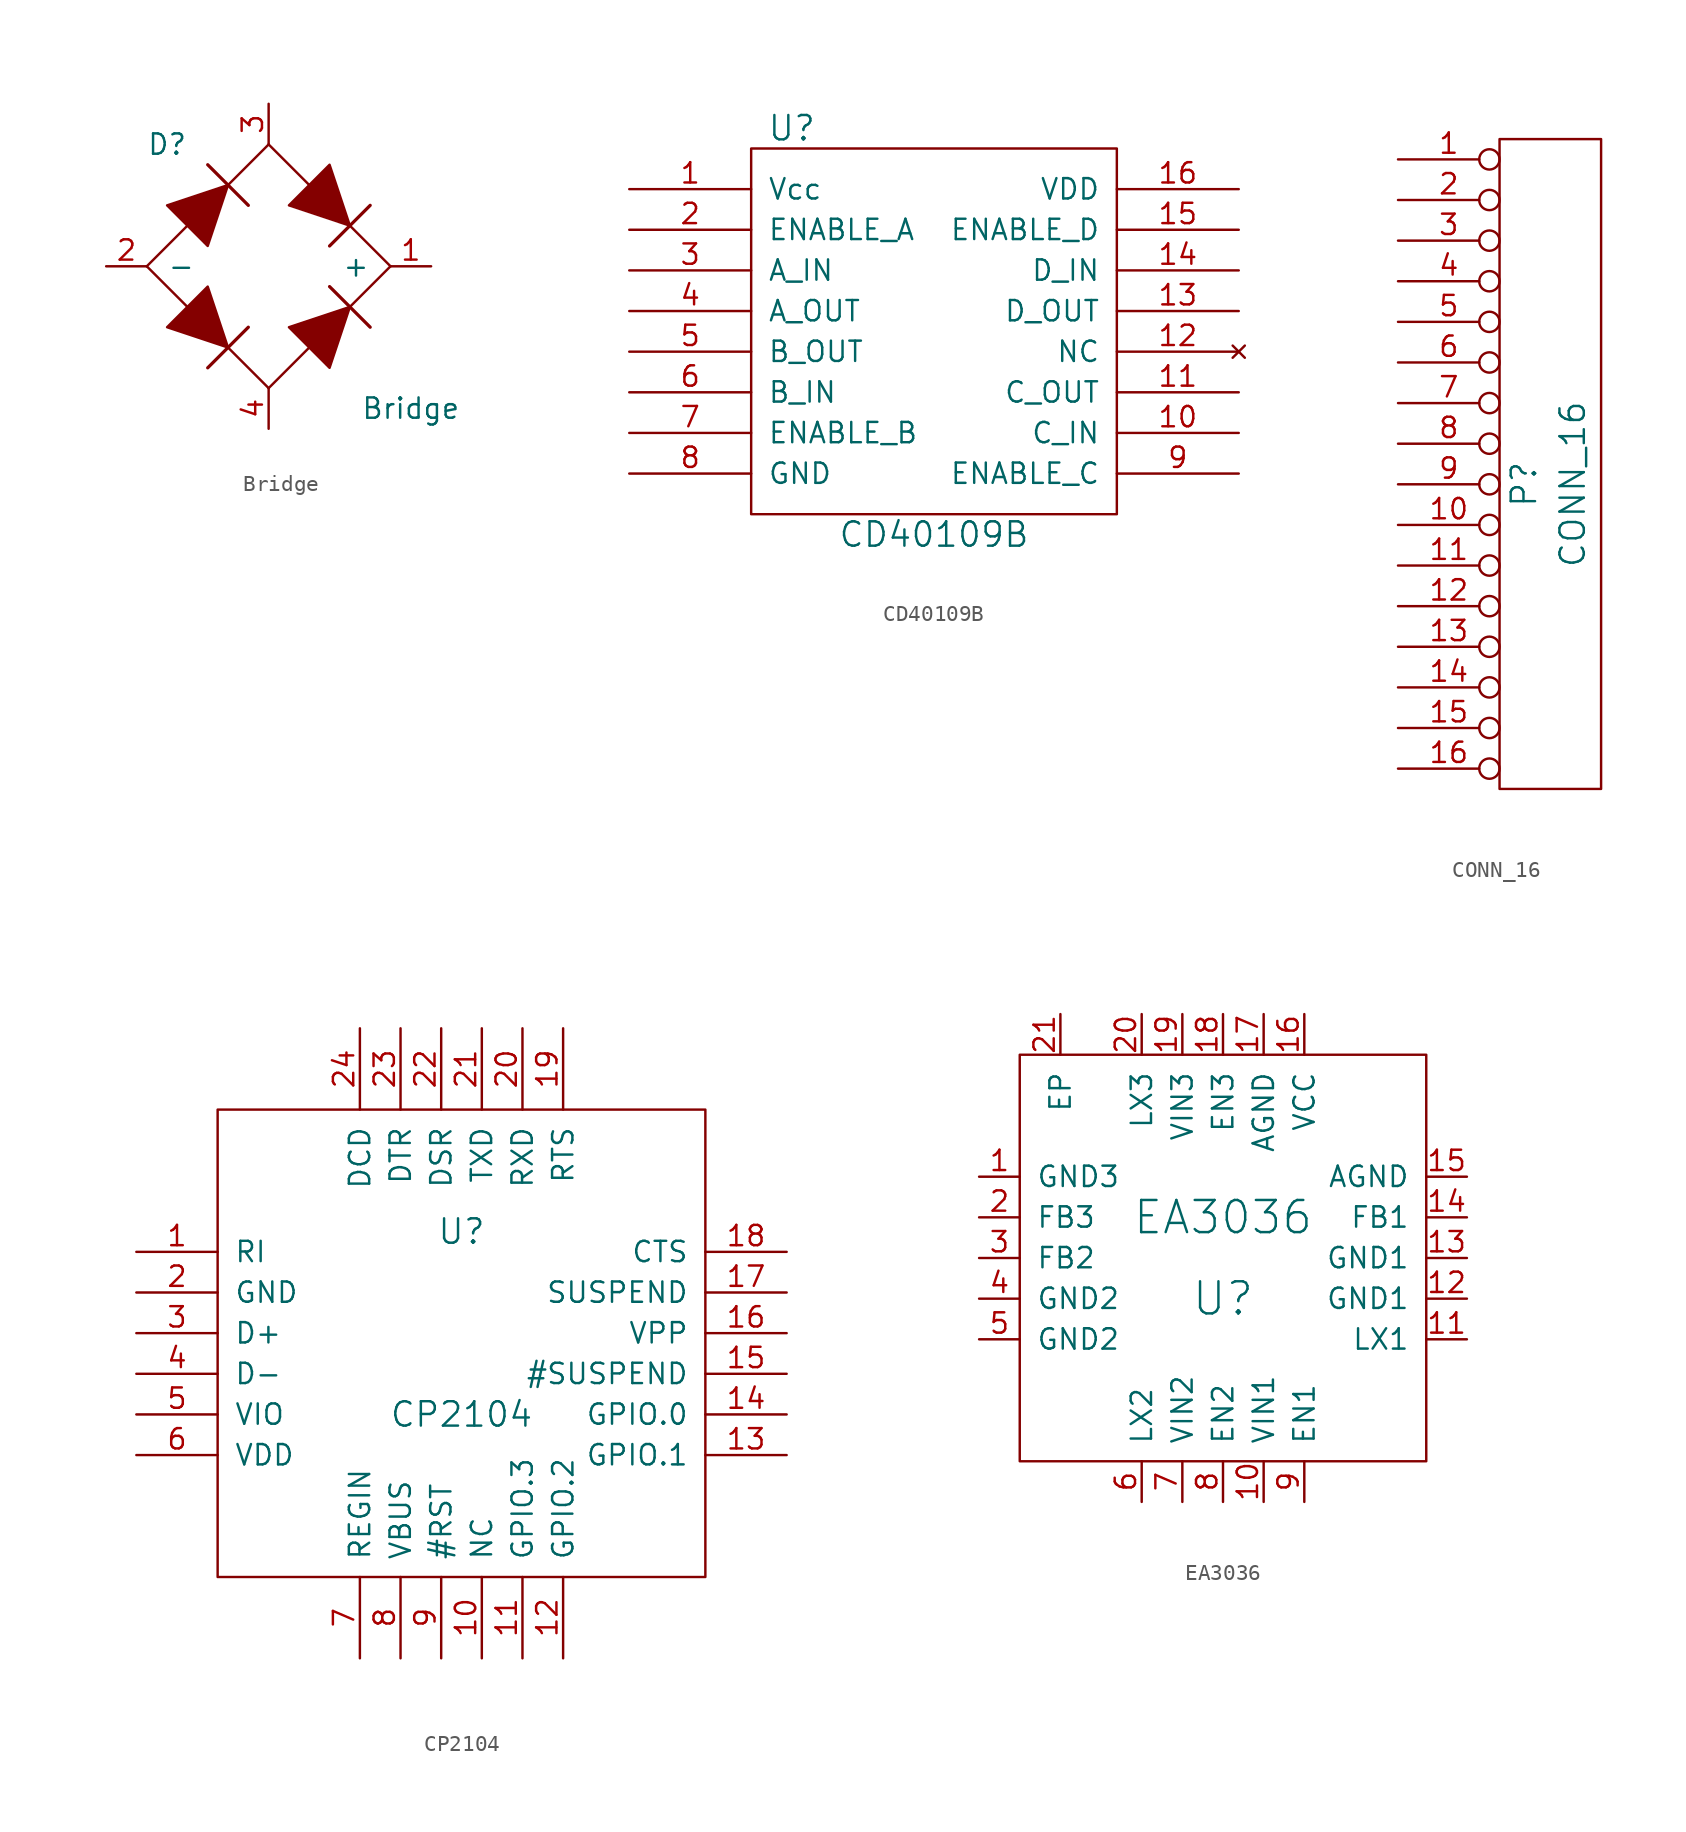
<source format=kicad_sym>
(kicad_symbol_lib
  (version 20220914)
  (generator kicad_symbol_editor)
  (symbol "Bridge"
    (pin_names
      (offset 1.27))
    (property "Reference" "D"
      (at -6.35 7.62 0)
      (effects (font (size 1.27 1.27))))
    (property "Value" "Bridge"
      (at 8.89 -8.89 0)
      (effects (font (size 1.27 1.27))))
    (property "Footprint" ""
      (at 0 0 0)
      (effects (font (size 1.27 1.27))))
    (property "Datasheet" ""
      (at 0 0 0)
      (effects (font (size 1.27 1.27))))
    (symbol "Bridge_0_0"
      (polyline (pts (xy -7.62 0) (xy -5.08 -2.54)) (stroke (width 0) (type solid)) (fill (type none)))
      (polyline (pts (xy -7.62 0) (xy -5.08 2.54)) (stroke (width 0) (type solid)) (fill (type none)))
      (polyline (pts (xy -3.81 -6.35) (xy -1.27 -3.81)) (stroke (width 0.203) (type solid)) (fill (type none)))
      (polyline (pts (xy -3.81 6.35) (xy -1.27 3.81)) (stroke (width 0.203) (type solid)) (fill (type none)))
      (polyline (pts (xy 0 -7.62) (xy -2.54 -5.08)) (stroke (width 0) (type solid)) (fill (type none)))
      (polyline (pts (xy 0 -7.62) (xy 2.54 -5.08)) (stroke (width 0) (type solid)) (fill (type none)))
      (polyline (pts (xy 0 7.62) (xy -2.54 5.08)) (stroke (width 0) (type solid)) (fill (type none)))
      (polyline (pts (xy 0 7.62) (xy 2.54 5.08)) (stroke (width 0) (type solid)) (fill (type none)))
      (polyline (pts (xy 3.81 -1.27) (xy 6.35 -3.81)) (stroke (width 0.203) (type solid)) (fill (type none)))
      (polyline (pts (xy 3.81 1.27) (xy 6.35 3.81)) (stroke (width 0.203) (type solid)) (fill (type none)))
      (polyline (pts (xy 7.62 0) (xy 5.08 -2.54)) (stroke (width 0) (type solid)) (fill (type none)))
      (polyline (pts (xy 7.62 0) (xy 5.08 2.54)) (stroke (width 0) (type solid)) (fill (type none)))
      (polyline (pts (xy -6.35 -3.81) (xy -3.81 -1.27) (xy -2.54 -5.08) (xy -6.35 -3.81)) (stroke (width 0) (type solid)) (fill (type outline)))
      (polyline (pts (xy -3.81 1.27) (xy -6.35 3.81) (xy -2.54 5.08) (xy -3.81 1.27)) (stroke (width 0) (type solid)) (fill (type outline)))
      (polyline (pts (xy 1.27 -3.81) (xy 3.81 -6.35) (xy 5.08 -2.54) (xy 1.27 -3.81)) (stroke (width 0) (type solid)) (fill (type outline)))
      (polyline (pts (xy 1.27 3.81) (xy 3.81 6.35) (xy 5.08 2.54) (xy 1.27 3.81)) (stroke (width 0) (type solid)) (fill (type outline))))
    (symbol "Bridge_1_1"
      (pin input line (at 10.16 0 180) (length 2.54) (name "+" (effects (font (size 1.27 1.27)))) (number "1" (effects (font (size 1.27 1.27)))))
      (pin input line (at -10.16 0 0) (length 2.54) (name "-" (effects (font (size 1.27 1.27)))) (number "2" (effects (font (size 1.27 1.27)))))
      (pin input line (at 0 10.16 270) (length 2.54) (name "~" (effects (font (size 1.27 1.27)))) (number "3" (effects (font (size 1.27 1.27)))))
      (pin input line (at 0 -10.16 90) (length 2.54) (name "~" (effects (font (size 1.27 1.27)))) (number "4" (effects (font (size 1.27 1.27)))))))
  (symbol "CD40109B"
    (pin_names
      (offset 1.016))
    (property "Reference" "U"
      (at -8.89 12.7 0)
      (effects (font (size 1.524 1.524))))
    (property "Value" "CD40109B"
      (at 0 -12.7 0)
      (effects (font (size 1.524 1.524))))
    (property "Footprint" ""
      (at 0 0 0)
      (effects (font (size 1.524 1.524))))
    (property "Datasheet" ""
      (at 0 0 0)
      (effects (font (size 1.524 1.524))))
    (symbol "CD40109B_0_1"
      (rectangle (start -11.43 11.43) (end 11.43 -11.43) (stroke (width 0) (type solid)) (fill (type none))))
    (symbol "CD40109B_1_1"
      (pin power_in line (at -19.05 8.89 0) (length 7.62) (name "Vcc" (effects (font (size 1.27 1.27)))) (number "1" (effects (font (size 1.27 1.27)))))
      (pin input line (at 19.05 -6.35 180) (length 7.62) (name "C_IN" (effects (font (size 1.27 1.27)))) (number "10" (effects (font (size 1.27 1.27)))))
      (pin output line (at 19.05 -3.81 180) (length 7.62) (name "C_OUT" (effects (font (size 1.27 1.27)))) (number "11" (effects (font (size 1.27 1.27)))))
      (pin no_connect line (at 19.05 -1.27 180) (length 7.62) (name "NC" (effects (font (size 1.27 1.27)))) (number "12" (effects (font (size 1.27 1.27)))))
      (pin output line (at 19.05 1.27 180) (length 7.62) (name "D_OUT" (effects (font (size 1.27 1.27)))) (number "13" (effects (font (size 1.27 1.27)))))
      (pin input line (at 19.05 3.81 180) (length 7.62) (name "D_IN" (effects (font (size 1.27 1.27)))) (number "14" (effects (font (size 1.27 1.27)))))
      (pin input line (at 19.05 6.35 180) (length 7.62) (name "ENABLE_D" (effects (font (size 1.27 1.27)))) (number "15" (effects (font (size 1.27 1.27)))))
      (pin power_in line (at 19.05 8.89 180) (length 7.62) (name "VDD" (effects (font (size 1.27 1.27)))) (number "16" (effects (font (size 1.27 1.27)))))
      (pin input line (at -19.05 6.35 0) (length 7.62) (name "ENABLE_A" (effects (font (size 1.27 1.27)))) (number "2" (effects (font (size 1.27 1.27)))))
      (pin input line (at -19.05 3.81 0) (length 7.62) (name "A_IN" (effects (font (size 1.27 1.27)))) (number "3" (effects (font (size 1.27 1.27)))))
      (pin output line (at -19.05 1.27 0) (length 7.62) (name "A_OUT" (effects (font (size 1.27 1.27)))) (number "4" (effects (font (size 1.27 1.27)))))
      (pin output line (at -19.05 -1.27 0) (length 7.62) (name "B_OUT" (effects (font (size 1.27 1.27)))) (number "5" (effects (font (size 1.27 1.27)))))
      (pin input line (at -19.05 -3.81 0) (length 7.62) (name "B_IN" (effects (font (size 1.27 1.27)))) (number "6" (effects (font (size 1.27 1.27)))))
      (pin input line (at -19.05 -6.35 0) (length 7.62) (name "ENABLE_B" (effects (font (size 1.27 1.27)))) (number "7" (effects (font (size 1.27 1.27)))))
      (pin power_in line (at -19.05 -8.89 0) (length 7.62) (name "GND" (effects (font (size 1.27 1.27)))) (number "8" (effects (font (size 1.27 1.27)))))
      (pin input line (at 19.05 -8.89 180) (length 7.62) (name "ENABLE_C" (effects (font (size 1.27 1.27)))) (number "9" (effects (font (size 1.27 1.27)))))))
  (symbol "CONN_16"
    (pin_names
      (offset 1.016) hide)
    (property "Reference" "P"
      (at -1.016 0 90)
      (effects (font (size 1.524 1.524))))
    (property "Value" "CONN_16"
      (at 2.032 0 90)
      (effects (font (size 1.524 1.524))))
    (property "Footprint" ""
      (at 0 0 0)
      (effects (font (size 1.524 1.524))))
    (property "Datasheet" ""
      (at 0 0 0)
      (effects (font (size 1.524 1.524))))
    (symbol "CONN_16_0_1"
      (rectangle (start -2.54 21.59) (end 3.81 -19.05) (stroke (width 0) (type solid)) (fill (type none))))
    (symbol "CONN_16_1_1"
      (pin passive inverted (at -8.89 20.32 0) (length 6.35) (name "P1" (effects (font (size 1.27 1.27)))) (number "1" (effects (font (size 1.27 1.27)))))
      (pin passive inverted (at -8.89 -2.54 0) (length 6.35) (name "P10" (effects (font (size 1.27 1.27)))) (number "10" (effects (font (size 1.27 1.27)))))
      (pin passive inverted (at -8.89 -5.08 0) (length 6.35) (name "P11" (effects (font (size 1.27 1.27)))) (number "11" (effects (font (size 1.27 1.27)))))
      (pin passive inverted (at -8.89 -7.62 0) (length 6.35) (name "P12" (effects (font (size 1.27 1.27)))) (number "12" (effects (font (size 1.27 1.27)))))
      (pin passive inverted (at -8.89 -10.16 0) (length 6.35) (name "P13" (effects (font (size 1.27 1.27)))) (number "13" (effects (font (size 1.27 1.27)))))
      (pin passive inverted (at -8.89 -12.7 0) (length 6.35) (name "P14" (effects (font (size 1.27 1.27)))) (number "14" (effects (font (size 1.27 1.27)))))
      (pin passive inverted (at -8.89 -15.24 0) (length 6.35) (name "P15" (effects (font (size 1.27 1.27)))) (number "15" (effects (font (size 1.27 1.27)))))
      (pin passive inverted (at -8.89 -17.78 0) (length 6.35) (name "P16" (effects (font (size 1.27 1.27)))) (number "16" (effects (font (size 1.27 1.27)))))
      (pin passive inverted (at -8.89 17.78 0) (length 6.35) (name "P2" (effects (font (size 1.27 1.27)))) (number "2" (effects (font (size 1.27 1.27)))))
      (pin passive inverted (at -8.89 15.24 0) (length 6.35) (name "P3" (effects (font (size 1.27 1.27)))) (number "3" (effects (font (size 1.27 1.27)))))
      (pin passive inverted (at -8.89 12.7 0) (length 6.35) (name "P4" (effects (font (size 1.27 1.27)))) (number "4" (effects (font (size 1.27 1.27)))))
      (pin passive inverted (at -8.89 10.16 0) (length 6.35) (name "P5" (effects (font (size 1.27 1.27)))) (number "5" (effects (font (size 1.27 1.27)))))
      (pin passive inverted (at -8.89 7.62 0) (length 6.35) (name "P6" (effects (font (size 1.27 1.27)))) (number "6" (effects (font (size 1.27 1.27)))))
      (pin passive inverted (at -8.89 5.08 0) (length 6.35) (name "P7" (effects (font (size 1.27 1.27)))) (number "7" (effects (font (size 1.27 1.27)))))
      (pin passive inverted (at -8.89 2.54 0) (length 6.35) (name "P8" (effects (font (size 1.27 1.27)))) (number "8" (effects (font (size 1.27 1.27)))))
      (pin passive inverted (at -8.89 0 0) (length 6.35) (name "P9" (effects (font (size 1.27 1.27)))) (number "9" (effects (font (size 1.27 1.27)))))))
  (symbol "CP2104"
    (pin_names
      (offset 1.016))
    (property "Reference" "U"
      (at 0 7.62 0)
      (effects (font (size 1.524 1.524))))
    (property "Value" "CP2104"
      (at 0 -3.81 0)
      (effects (font (size 1.524 1.524))))
    (property "Footprint" ""
      (at -2.54 -8.89 0)
      (effects (font (size 1.524 1.524))))
    (property "Datasheet" ""
      (at -2.54 -8.89 0)
      (effects (font (size 1.524 1.524))))
    (symbol "CP2104_0_1"
      (rectangle (start -15.24 15.24) (end 15.24 -13.97) (stroke (width 0) (type solid)) (fill (type none))))
    (symbol "CP2104_1_1"
      (pin input line (at -20.32 6.35 0) (length 5.08) (name "RI" (effects (font (size 1.27 1.27)))) (number "1" (effects (font (size 1.27 1.27)))))
      (pin input line (at 1.27 -19.05 90) (length 5.08) (name "NC" (effects (font (size 1.27 1.27)))) (number "10" (effects (font (size 1.27 1.27)))))
      (pin input line (at 3.81 -19.05 90) (length 5.08) (name "GPIO.3" (effects (font (size 1.27 1.27)))) (number "11" (effects (font (size 1.27 1.27)))))
      (pin input line (at 6.35 -19.05 90) (length 5.08) (name "GPIO.2" (effects (font (size 1.27 1.27)))) (number "12" (effects (font (size 1.27 1.27)))))
      (pin input line (at 20.32 -6.35 180) (length 5.08) (name "GPIO.1" (effects (font (size 1.27 1.27)))) (number "13" (effects (font (size 1.27 1.27)))))
      (pin input line (at 20.32 -3.81 180) (length 5.08) (name "GPIO.0" (effects (font (size 1.27 1.27)))) (number "14" (effects (font (size 1.27 1.27)))))
      (pin input line (at 20.32 -1.27 180) (length 5.08) (name "#SUSPEND" (effects (font (size 1.27 1.27)))) (number "15" (effects (font (size 1.27 1.27)))))
      (pin input line (at 20.32 1.27 180) (length 5.08) (name "VPP" (effects (font (size 1.27 1.27)))) (number "16" (effects (font (size 1.27 1.27)))))
      (pin input line (at 20.32 3.81 180) (length 5.08) (name "SUSPEND" (effects (font (size 1.27 1.27)))) (number "17" (effects (font (size 1.27 1.27)))))
      (pin input line (at 20.32 6.35 180) (length 5.08) (name "CTS" (effects (font (size 1.27 1.27)))) (number "18" (effects (font (size 1.27 1.27)))))
      (pin input line (at 6.35 20.32 270) (length 5.08) (name "RTS" (effects (font (size 1.27 1.27)))) (number "19" (effects (font (size 1.27 1.27)))))
      (pin input line (at -20.32 3.81 0) (length 5.08) (name "GND" (effects (font (size 1.27 1.27)))) (number "2" (effects (font (size 1.27 1.27)))))
      (pin input line (at 3.81 20.32 270) (length 5.08) (name "RXD" (effects (font (size 1.27 1.27)))) (number "20" (effects (font (size 1.27 1.27)))))
      (pin input line (at 1.27 20.32 270) (length 5.08) (name "TXD" (effects (font (size 1.27 1.27)))) (number "21" (effects (font (size 1.27 1.27)))))
      (pin input line (at -1.27 20.32 270) (length 5.08) (name "DSR" (effects (font (size 1.27 1.27)))) (number "22" (effects (font (size 1.27 1.27)))))
      (pin input line (at -3.81 20.32 270) (length 5.08) (name "DTR" (effects (font (size 1.27 1.27)))) (number "23" (effects (font (size 1.27 1.27)))))
      (pin input line (at -6.35 20.32 270) (length 5.08) (name "DCD" (effects (font (size 1.27 1.27)))) (number "24" (effects (font (size 1.27 1.27)))))
      (pin input line (at -20.32 1.27 0) (length 5.08) (name "D+" (effects (font (size 1.27 1.27)))) (number "3" (effects (font (size 1.27 1.27)))))
      (pin input line (at -20.32 -1.27 0) (length 5.08) (name "D-" (effects (font (size 1.27 1.27)))) (number "4" (effects (font (size 1.27 1.27)))))
      (pin input line (at -20.32 -3.81 0) (length 5.08) (name "VIO" (effects (font (size 1.27 1.27)))) (number "5" (effects (font (size 1.27 1.27)))))
      (pin input line (at -20.32 -6.35 0) (length 5.08) (name "VDD" (effects (font (size 1.27 1.27)))) (number "6" (effects (font (size 1.27 1.27)))))
      (pin input line (at -6.35 -19.05 90) (length 5.08) (name "REGIN" (effects (font (size 1.27 1.27)))) (number "7" (effects (font (size 1.27 1.27)))))
      (pin input line (at -3.81 -19.05 90) (length 5.08) (name "VBUS" (effects (font (size 1.27 1.27)))) (number "8" (effects (font (size 1.27 1.27)))))
      (pin input line (at -1.27 -19.05 90) (length 5.08) (name "#RST" (effects (font (size 1.27 1.27)))) (number "9" (effects (font (size 1.27 1.27)))))))
  (symbol "EA3036"
    (pin_names
      (offset 1.016))
    (property "Reference" "U"
      (at 0 -2.54 0)
      (effects (font (size 2.007 2.007))))
    (property "Value" "EA3036"
      (at 0 2.54 0)
      (effects (font (size 2.007 2.007))))
    (symbol "EA3036_0_1"
      (rectangle (start -12.7 12.7) (end 12.7 -12.7) (stroke (width 0) (type solid)) (fill (type none))))
    (symbol "EA3036_1_1"
      (pin power_in line (at -15.24 5.08 0) (length 2.54) (name "GND3" (effects (font (size 1.27 1.27)))) (number "1" (effects (font (size 1.27 1.27)))))
      (pin power_in line (at 2.54 -15.24 90) (length 2.54) (name "VIN1" (effects (font (size 1.27 1.27)))) (number "10" (effects (font (size 1.27 1.27)))))
      (pin power_out line (at 15.24 -5.08 180) (length 2.54) (name "LX1" (effects (font (size 1.27 1.27)))) (number "11" (effects (font (size 1.27 1.27)))))
      (pin input line (at 15.24 -2.54 180) (length 2.54) (name "GND1" (effects (font (size 1.27 1.27)))) (number "12" (effects (font (size 1.27 1.27)))))
      (pin input line (at 15.24 0 180) (length 2.54) (name "GND1" (effects (font (size 1.27 1.27)))) (number "13" (effects (font (size 1.27 1.27)))))
      (pin input line (at 15.24 2.54 180) (length 2.54) (name "FB1" (effects (font (size 1.27 1.27)))) (number "14" (effects (font (size 1.27 1.27)))))
      (pin input line (at 15.24 5.08 180) (length 2.54) (name "AGND" (effects (font (size 1.27 1.27)))) (number "15" (effects (font (size 1.27 1.27)))))
      (pin power_in line (at 5.08 15.24 270) (length 2.54) (name "VCC" (effects (font (size 1.27 1.27)))) (number "16" (effects (font (size 1.27 1.27)))))
      (pin power_in line (at 2.54 15.24 270) (length 2.54) (name "AGND" (effects (font (size 1.27 1.27)))) (number "17" (effects (font (size 1.27 1.27)))))
      (pin input line (at 0 15.24 270) (length 2.54) (name "EN3" (effects (font (size 1.27 1.27)))) (number "18" (effects (font (size 1.27 1.27)))))
      (pin input line (at -2.54 15.24 270) (length 2.54) (name "VIN3" (effects (font (size 1.27 1.27)))) (number "19" (effects (font (size 1.27 1.27)))))
      (pin input line (at -15.24 2.54 0) (length 2.54) (name "FB3" (effects (font (size 1.27 1.27)))) (number "2" (effects (font (size 1.27 1.27)))))
      (pin power_out line (at -5.08 15.24 270) (length 2.54) (name "LX3" (effects (font (size 1.27 1.27)))) (number "20" (effects (font (size 1.27 1.27)))))
      (pin power_in line (at -10.16 15.24 270) (length 2.54) (name "EP" (effects (font (size 1.27 1.27)))) (number "21" (effects (font (size 1.27 1.27)))))
      (pin input line (at -15.24 0 0) (length 2.54) (name "FB2" (effects (font (size 1.27 1.27)))) (number "3" (effects (font (size 1.27 1.27)))))
      (pin power_in line (at -15.24 -2.54 0) (length 2.54) (name "GND2" (effects (font (size 1.27 1.27)))) (number "4" (effects (font (size 1.27 1.27)))))
      (pin power_in line (at -15.24 -5.08 0) (length 2.54) (name "GND2" (effects (font (size 1.27 1.27)))) (number "5" (effects (font (size 1.27 1.27)))))
      (pin power_out line (at -5.08 -15.24 90) (length 2.54) (name "LX2" (effects (font (size 1.27 1.27)))) (number "6" (effects (font (size 1.27 1.27)))))
      (pin power_in line (at -2.54 -15.24 90) (length 2.54) (name "VIN2" (effects (font (size 1.27 1.27)))) (number "7" (effects (font (size 1.27 1.27)))))
      (pin input line (at 0 -15.24 90) (length 2.54) (name "EN2" (effects (font (size 1.27 1.27)))) (number "8" (effects (font (size 1.27 1.27)))))
      (pin input line (at 5.08 -15.24 90) (length 2.54) (name "EN1" (effects (font (size 1.27 1.27)))) (number "9" (effects (font (size 1.27 1.27))))))))
</source>
